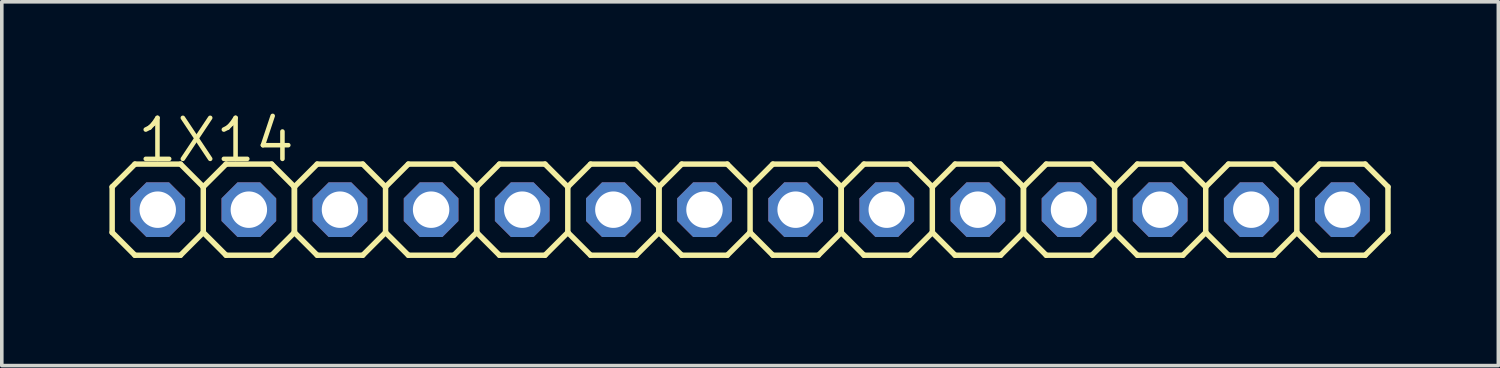
<source format=kicad_pcb>
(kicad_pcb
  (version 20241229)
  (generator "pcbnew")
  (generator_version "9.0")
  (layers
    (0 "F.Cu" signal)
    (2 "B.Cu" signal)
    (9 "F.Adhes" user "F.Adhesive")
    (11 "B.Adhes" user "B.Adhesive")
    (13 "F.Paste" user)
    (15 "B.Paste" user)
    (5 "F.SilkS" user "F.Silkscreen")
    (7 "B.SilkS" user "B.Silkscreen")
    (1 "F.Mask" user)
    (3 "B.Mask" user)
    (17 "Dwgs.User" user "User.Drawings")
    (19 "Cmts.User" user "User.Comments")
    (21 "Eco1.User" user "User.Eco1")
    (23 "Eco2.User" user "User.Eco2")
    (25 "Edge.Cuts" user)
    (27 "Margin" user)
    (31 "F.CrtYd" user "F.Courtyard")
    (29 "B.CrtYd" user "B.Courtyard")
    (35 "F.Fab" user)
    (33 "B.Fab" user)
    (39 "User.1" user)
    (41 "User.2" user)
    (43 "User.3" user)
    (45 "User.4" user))
  (footprint "1X14"
    (layer "F.Cu")
    (at 1.346 2.794)
    (property "Reference" "1X14" (at -0.635 -1.27 0) (layer "F.SilkS") (effects (font (size 1.143 1.143) (thickness 0.127)) (justify left bottom)))
    (attr through_hole)
    (fp_line (start -1.27 -0.635) (end -1.27 0.635) (stroke (width 0.152) (type solid)) (layer "F.SilkS"))
    (fp_line (start -1.27 0.635) (end -0.635 1.27) (stroke (width 0.152) (type solid)) (layer "F.SilkS"))
    (fp_line (start -0.635 -1.27) (end -1.27 -0.635) (stroke (width 0.152) (type solid)) (layer "F.SilkS"))
    (fp_line (start -0.635 -1.27) (end 0.635 -1.27) (stroke (width 0.152) (type solid)) (layer "F.SilkS"))
    (fp_line (start 0.635 -1.27) (end 1.27 -0.635) (stroke (width 0.152) (type solid)) (layer "F.SilkS"))
    (fp_line (start 0.635 1.27) (end -0.635 1.27) (stroke (width 0.152) (type solid)) (layer "F.SilkS"))
    (fp_line (start 1.27 -0.635) (end 1.27 0.635) (stroke (width 0.152) (type solid)) (layer "F.SilkS"))
    (fp_line (start 1.27 -0.635) (end 1.905 -1.27) (stroke (width 0.152) (type solid)) (layer "F.SilkS"))
    (fp_line (start 1.27 0.635) (end 0.635 1.27) (stroke (width 0.152) (type solid)) (layer "F.SilkS"))
    (fp_line (start 1.905 -1.27) (end 3.175 -1.27) (stroke (width 0.152) (type solid)) (layer "F.SilkS"))
    (fp_line (start 1.905 1.27) (end 1.27 0.635) (stroke (width 0.152) (type solid)) (layer "F.SilkS"))
    (fp_line (start 3.175 -1.27) (end 3.81 -0.635) (stroke (width 0.152) (type solid)) (layer "F.SilkS"))
    (fp_line (start 3.175 1.27) (end 1.905 1.27) (stroke (width 0.152) (type solid)) (layer "F.SilkS"))
    (fp_line (start 3.81 -0.635) (end 3.81 0.635) (stroke (width 0.152) (type solid)) (layer "F.SilkS"))
    (fp_line (start 3.81 -0.635) (end 3.81 0.635) (stroke (width 0.152) (type solid)) (layer "F.SilkS"))
    (fp_line (start 3.81 0.635) (end 3.175 1.27) (stroke (width 0.152) (type solid)) (layer "F.SilkS"))
    (fp_line (start 3.81 0.635) (end 4.445 1.27) (stroke (width 0.152) (type solid)) (layer "F.SilkS"))
    (fp_line (start 4.445 -1.27) (end 3.81 -0.635) (stroke (width 0.152) (type solid)) (layer "F.SilkS"))
    (fp_line (start 4.445 -1.27) (end 5.715 -1.27) (stroke (width 0.152) (type solid)) (layer "F.SilkS"))
    (fp_line (start 5.715 -1.27) (end 6.35 -0.635) (stroke (width 0.152) (type solid)) (layer "F.SilkS"))
    (fp_line (start 5.715 1.27) (end 4.445 1.27) (stroke (width 0.152) (type solid)) (layer "F.SilkS"))
    (fp_line (start 6.35 -0.635) (end 6.35 0.635) (stroke (width 0.152) (type solid)) (layer "F.SilkS"))
    (fp_line (start 6.35 -0.635) (end 6.985 -1.27) (stroke (width 0.152) (type solid)) (layer "F.SilkS"))
    (fp_line (start 6.35 0.635) (end 5.715 1.27) (stroke (width 0.152) (type solid)) (layer "F.SilkS"))
    (fp_line (start 6.985 -1.27) (end 8.255 -1.27) (stroke (width 0.152) (type solid)) (layer "F.SilkS"))
    (fp_line (start 6.985 1.27) (end 6.35 0.635) (stroke (width 0.152) (type solid)) (layer "F.SilkS"))
    (fp_line (start 8.255 -1.27) (end 8.89 -0.635) (stroke (width 0.152) (type solid)) (layer "F.SilkS"))
    (fp_line (start 8.255 1.27) (end 6.985 1.27) (stroke (width 0.152) (type solid)) (layer "F.SilkS"))
    (fp_line (start 8.89 -0.635) (end 8.89 0.635) (stroke (width 0.152) (type solid)) (layer "F.SilkS"))
    (fp_line (start 8.89 -0.635) (end 8.89 0.635) (stroke (width 0.152) (type solid)) (layer "F.SilkS"))
    (fp_line (start 8.89 0.635) (end 8.255 1.27) (stroke (width 0.152) (type solid)) (layer "F.SilkS"))
    (fp_line (start 8.89 0.635) (end 9.525 1.27) (stroke (width 0.152) (type solid)) (layer "F.SilkS"))
    (fp_line (start 9.525 -1.27) (end 8.89 -0.635) (stroke (width 0.152) (type solid)) (layer "F.SilkS"))
    (fp_line (start 9.525 -1.27) (end 10.795 -1.27) (stroke (width 0.152) (type solid)) (layer "F.SilkS"))
    (fp_line (start 10.795 -1.27) (end 11.43 -0.635) (stroke (width 0.152) (type solid)) (layer "F.SilkS"))
    (fp_line (start 10.795 1.27) (end 9.525 1.27) (stroke (width 0.152) (type solid)) (layer "F.SilkS"))
    (fp_line (start 11.43 -0.635) (end 11.43 0.635) (stroke (width 0.152) (type solid)) (layer "F.SilkS"))
    (fp_line (start 11.43 -0.635) (end 12.065 -1.27) (stroke (width 0.152) (type solid)) (layer "F.SilkS"))
    (fp_line (start 11.43 0.635) (end 10.795 1.27) (stroke (width 0.152) (type solid)) (layer "F.SilkS"))
    (fp_line (start 12.065 -1.27) (end 13.335 -1.27) (stroke (width 0.152) (type solid)) (layer "F.SilkS"))
    (fp_line (start 12.065 1.27) (end 11.43 0.635) (stroke (width 0.152) (type solid)) (layer "F.SilkS"))
    (fp_line (start 13.335 -1.27) (end 13.97 -0.635) (stroke (width 0.152) (type solid)) (layer "F.SilkS"))
    (fp_line (start 13.335 1.27) (end 12.065 1.27) (stroke (width 0.152) (type solid)) (layer "F.SilkS"))
    (fp_line (start 13.97 -0.635) (end 13.97 0.635) (stroke (width 0.152) (type solid)) (layer "F.SilkS"))
    (fp_line (start 13.97 -0.635) (end 13.97 0.635) (stroke (width 0.152) (type solid)) (layer "F.SilkS"))
    (fp_line (start 13.97 0.635) (end 13.335 1.27) (stroke (width 0.152) (type solid)) (layer "F.SilkS"))
    (fp_line (start 13.97 0.635) (end 14.605 1.27) (stroke (width 0.152) (type solid)) (layer "F.SilkS"))
    (fp_line (start 14.605 -1.27) (end 13.97 -0.635) (stroke (width 0.152) (type solid)) (layer "F.SilkS"))
    (fp_line (start 14.605 -1.27) (end 15.875 -1.27) (stroke (width 0.152) (type solid)) (layer "F.SilkS"))
    (fp_line (start 15.875 -1.27) (end 16.51 -0.635) (stroke (width 0.152) (type solid)) (layer "F.SilkS"))
    (fp_line (start 15.875 1.27) (end 14.605 1.27) (stroke (width 0.152) (type solid)) (layer "F.SilkS"))
    (fp_line (start 16.51 -0.635) (end 16.51 0.635) (stroke (width 0.152) (type solid)) (layer "F.SilkS"))
    (fp_line (start 16.51 -0.635) (end 17.145 -1.27) (stroke (width 0.152) (type solid)) (layer "F.SilkS"))
    (fp_line (start 16.51 0.635) (end 15.875 1.27) (stroke (width 0.152) (type solid)) (layer "F.SilkS"))
    (fp_line (start 17.145 -1.27) (end 18.415 -1.27) (stroke (width 0.152) (type solid)) (layer "F.SilkS"))
    (fp_line (start 17.145 1.27) (end 16.51 0.635) (stroke (width 0.152) (type solid)) (layer "F.SilkS"))
    (fp_line (start 18.415 -1.27) (end 19.05 -0.635) (stroke (width 0.152) (type solid)) (layer "F.SilkS"))
    (fp_line (start 18.415 1.27) (end 17.145 1.27) (stroke (width 0.152) (type solid)) (layer "F.SilkS"))
    (fp_line (start 19.05 -0.635) (end 19.05 0.635) (stroke (width 0.152) (type solid)) (layer "F.SilkS"))
    (fp_line (start 19.05 -0.635) (end 19.05 0.635) (stroke (width 0.152) (type solid)) (layer "F.SilkS"))
    (fp_line (start 19.05 0.635) (end 18.415 1.27) (stroke (width 0.152) (type solid)) (layer "F.SilkS"))
    (fp_line (start 19.05 0.635) (end 19.685 1.27) (stroke (width 0.152) (type solid)) (layer "F.SilkS"))
    (fp_line (start 19.685 -1.27) (end 19.05 -0.635) (stroke (width 0.152) (type solid)) (layer "F.SilkS"))
    (fp_line (start 19.685 -1.27) (end 20.955 -1.27) (stroke (width 0.152) (type solid)) (layer "F.SilkS"))
    (fp_line (start 20.955 -1.27) (end 21.59 -0.635) (stroke (width 0.152) (type solid)) (layer "F.SilkS"))
    (fp_line (start 20.955 1.27) (end 19.685 1.27) (stroke (width 0.152) (type solid)) (layer "F.SilkS"))
    (fp_line (start 21.59 -0.635) (end 21.59 0.635) (stroke (width 0.152) (type solid)) (layer "F.SilkS"))
    (fp_line (start 21.59 -0.635) (end 22.225 -1.27) (stroke (width 0.152) (type solid)) (layer "F.SilkS"))
    (fp_line (start 21.59 0.635) (end 20.955 1.27) (stroke (width 0.152) (type solid)) (layer "F.SilkS"))
    (fp_line (start 22.225 -1.27) (end 23.495 -1.27) (stroke (width 0.152) (type solid)) (layer "F.SilkS"))
    (fp_line (start 22.225 1.27) (end 21.59 0.635) (stroke (width 0.152) (type solid)) (layer "F.SilkS"))
    (fp_line (start 23.495 -1.27) (end 24.13 -0.635) (stroke (width 0.152) (type solid)) (layer "F.SilkS"))
    (fp_line (start 23.495 1.27) (end 22.225 1.27) (stroke (width 0.152) (type solid)) (layer "F.SilkS"))
    (fp_line (start 24.13 -0.635) (end 24.13 0.635) (stroke (width 0.152) (type solid)) (layer "F.SilkS"))
    (fp_line (start 24.13 -0.635) (end 24.13 0.635) (stroke (width 0.152) (type solid)) (layer "F.SilkS"))
    (fp_line (start 24.13 0.635) (end 23.495 1.27) (stroke (width 0.152) (type solid)) (layer "F.SilkS"))
    (fp_line (start 24.13 0.635) (end 24.765 1.27) (stroke (width 0.152) (type solid)) (layer "F.SilkS"))
    (fp_line (start 24.765 -1.27) (end 24.13 -0.635) (stroke (width 0.152) (type solid)) (layer "F.SilkS"))
    (fp_line (start 24.765 -1.27) (end 26.035 -1.27) (stroke (width 0.152) (type solid)) (layer "F.SilkS"))
    (fp_line (start 26.035 -1.27) (end 26.67 -0.635) (stroke (width 0.152) (type solid)) (layer "F.SilkS"))
    (fp_line (start 26.035 1.27) (end 24.765 1.27) (stroke (width 0.152) (type solid)) (layer "F.SilkS"))
    (fp_line (start 26.67 -0.635) (end 26.67 0.635) (stroke (width 0.152) (type solid)) (layer "F.SilkS"))
    (fp_line (start 26.67 -0.635) (end 27.305 -1.27) (stroke (width 0.152) (type solid)) (layer "F.SilkS"))
    (fp_line (start 26.67 0.635) (end 26.035 1.27) (stroke (width 0.152) (type solid)) (layer "F.SilkS"))
    (fp_line (start 27.305 -1.27) (end 28.575 -1.27) (stroke (width 0.152) (type solid)) (layer "F.SilkS"))
    (fp_line (start 27.305 1.27) (end 26.67 0.635) (stroke (width 0.152) (type solid)) (layer "F.SilkS"))
    (fp_line (start 28.575 -1.27) (end 29.21 -0.635) (stroke (width 0.152) (type solid)) (layer "F.SilkS"))
    (fp_line (start 28.575 1.27) (end 27.305 1.27) (stroke (width 0.152) (type solid)) (layer "F.SilkS"))
    (fp_line (start 29.21 -0.635) (end 29.21 0.635) (stroke (width 0.152) (type solid)) (layer "F.SilkS"))
    (fp_line (start 29.21 -0.635) (end 29.845 -1.27) (stroke (width 0.152) (type solid)) (layer "F.SilkS"))
    (fp_line (start 29.21 0.635) (end 28.575 1.27) (stroke (width 0.152) (type solid)) (layer "F.SilkS"))
    (fp_line (start 29.845 -1.27) (end 31.115 -1.27) (stroke (width 0.152) (type solid)) (layer "F.SilkS"))
    (fp_line (start 29.845 1.27) (end 29.21 0.635) (stroke (width 0.152) (type solid)) (layer "F.SilkS"))
    (fp_line (start 31.115 -1.27) (end 31.75 -0.635) (stroke (width 0.152) (type solid)) (layer "F.SilkS"))
    (fp_line (start 31.115 1.27) (end 29.845 1.27) (stroke (width 0.152) (type solid)) (layer "F.SilkS"))
    (fp_line (start 31.75 -0.635) (end 31.75 0.635) (stroke (width 0.152) (type solid)) (layer "F.SilkS"))
    (fp_line (start 31.75 -0.635) (end 32.385 -1.27) (stroke (width 0.152) (type solid)) (layer "F.SilkS"))
    (fp_line (start 31.75 0.635) (end 31.115 1.27) (stroke (width 0.152) (type solid)) (layer "F.SilkS"))
    (fp_line (start 32.385 -1.27) (end 33.655 -1.27) (stroke (width 0.152) (type solid)) (layer "F.SilkS"))
    (fp_line (start 32.385 1.27) (end 31.75 0.635) (stroke (width 0.152) (type solid)) (layer "F.SilkS"))
    (fp_line (start 33.655 -1.27) (end 34.29 -0.635) (stroke (width 0.152) (type solid)) (layer "F.SilkS"))
    (fp_line (start 33.655 1.27) (end 32.385 1.27) (stroke (width 0.152) (type solid)) (layer "F.SilkS"))
    (fp_line (start 34.29 -0.635) (end 34.29 0.635) (stroke (width 0.152) (type solid)) (layer "F.SilkS"))
    (fp_line (start 34.29 0.635) (end 33.655 1.27) (stroke (width 0.152) (type solid)) (layer "F.SilkS"))
    (fp_poly (pts (xy -0.254 0.254) (xy 0.254 0.254) (xy 0.254 -0.254) (xy -0.254 -0.254)) (stroke (width 0.1) (type default)) (fill no) (layer "F.Fab"))
    (fp_poly (pts (xy 2.286 0.254) (xy 2.794 0.254) (xy 2.794 -0.254) (xy 2.286 -0.254)) (stroke (width 0.1) (type default)) (fill no) (layer "F.Fab"))
    (fp_poly (pts (xy 4.826 0.254) (xy 5.334 0.254) (xy 5.334 -0.254) (xy 4.826 -0.254)) (stroke (width 0.1) (type default)) (fill no) (layer "F.Fab"))
    (fp_poly (pts (xy 7.366 0.254) (xy 7.874 0.254) (xy 7.874 -0.254) (xy 7.366 -0.254)) (stroke (width 0.1) (type default)) (fill no) (layer "F.Fab"))
    (fp_poly (pts (xy 9.906 0.254) (xy 10.414 0.254) (xy 10.414 -0.254) (xy 9.906 -0.254)) (stroke (width 0.1) (type default)) (fill no) (layer "F.Fab"))
    (fp_poly (pts (xy 12.446 0.254) (xy 12.954 0.254) (xy 12.954 -0.254) (xy 12.446 -0.254)) (stroke (width 0.1) (type default)) (fill no) (layer "F.Fab"))
    (fp_poly (pts (xy 14.986 0.254) (xy 15.494 0.254) (xy 15.494 -0.254) (xy 14.986 -0.254)) (stroke (width 0.1) (type default)) (fill no) (layer "F.Fab"))
    (fp_poly (pts (xy 17.526 0.254) (xy 18.034 0.254) (xy 18.034 -0.254) (xy 17.526 -0.254)) (stroke (width 0.1) (type default)) (fill no) (layer "F.Fab"))
    (fp_poly (pts (xy 20.066 0.254) (xy 20.574 0.254) (xy 20.574 -0.254) (xy 20.066 -0.254)) (stroke (width 0.1) (type default)) (fill no) (layer "F.Fab"))
    (fp_poly (pts (xy 22.606 0.254) (xy 23.114 0.254) (xy 23.114 -0.254) (xy 22.606 -0.254)) (stroke (width 0.1) (type default)) (fill no) (layer "F.Fab"))
    (fp_poly (pts (xy 25.146 0.254) (xy 25.654 0.254) (xy 25.654 -0.254) (xy 25.146 -0.254)) (stroke (width 0.1) (type default)) (fill no) (layer "F.Fab"))
    (fp_poly (pts (xy 27.686 0.254) (xy 28.194 0.254) (xy 28.194 -0.254) (xy 27.686 -0.254)) (stroke (width 0.1) (type default)) (fill no) (layer "F.Fab"))
    (fp_poly (pts (xy 30.226 0.254) (xy 30.734 0.254) (xy 30.734 -0.254) (xy 30.226 -0.254)) (stroke (width 0.1) (type default)) (fill no) (layer "F.Fab"))
    (fp_poly (pts (xy 32.766 0.254) (xy 33.274 0.254) (xy 33.274 -0.254) (xy 32.766 -0.254)) (stroke (width 0.1) (type default)) (fill no) (layer "F.Fab"))
    (pad "1" thru_hole roundrect (at 0 0 90) (size 1.524 1.524) (drill 1.016) (layers "*.Cu" "*.Mask") (roundrect_rratio 0.25) (chamfer_ratio 0.293) (chamfer top_left top_right bottom_left bottom_right))
    (pad "2" thru_hole roundrect (at 2.54 0 90) (size 1.524 1.524) (drill 1.016) (layers "*.Cu" "*.Mask") (roundrect_rratio 0.25) (chamfer_ratio 0.293) (chamfer top_left top_right bottom_left bottom_right))
    (pad "3" thru_hole roundrect (at 5.08 0 90) (size 1.524 1.524) (drill 1.016) (layers "*.Cu" "*.Mask") (roundrect_rratio 0.25) (chamfer_ratio 0.293) (chamfer top_left top_right bottom_left bottom_right))
    (pad "4" thru_hole roundrect (at 7.62 0 90) (size 1.524 1.524) (drill 1.016) (layers "*.Cu" "*.Mask") (roundrect_rratio 0.25) (chamfer_ratio 0.293) (chamfer top_left top_right bottom_left bottom_right))
    (pad "5" thru_hole roundrect (at 10.16 0 90) (size 1.524 1.524) (drill 1.016) (layers "*.Cu" "*.Mask") (roundrect_rratio 0.25) (chamfer_ratio 0.293) (chamfer top_left top_right bottom_left bottom_right))
    (pad "6" thru_hole roundrect (at 12.7 0 90) (size 1.524 1.524) (drill 1.016) (layers "*.Cu" "*.Mask") (roundrect_rratio 0.25) (chamfer_ratio 0.293) (chamfer top_left top_right bottom_left bottom_right))
    (pad "7" thru_hole roundrect (at 15.24 0 90) (size 1.524 1.524) (drill 1.016) (layers "*.Cu" "*.Mask") (roundrect_rratio 0.25) (chamfer_ratio 0.293) (chamfer top_left top_right bottom_left bottom_right))
    (pad "8" thru_hole roundrect (at 17.78 0 90) (size 1.524 1.524) (drill 1.016) (layers "*.Cu" "*.Mask") (roundrect_rratio 0.25) (chamfer_ratio 0.293) (chamfer top_left top_right bottom_left bottom_right))
    (pad "9" thru_hole roundrect (at 20.32 0 90) (size 1.524 1.524) (drill 1.016) (layers "*.Cu" "*.Mask") (roundrect_rratio 0.25) (chamfer_ratio 0.293) (chamfer top_left top_right bottom_left bottom_right))
    (pad "10" thru_hole roundrect (at 22.86 0 90) (size 1.524 1.524) (drill 1.016) (layers "*.Cu" "*.Mask") (roundrect_rratio 0.25) (chamfer_ratio 0.293) (chamfer top_left top_right bottom_left bottom_right))
    (pad "11" thru_hole roundrect (at 25.4 0 90) (size 1.524 1.524) (drill 1.016) (layers "*.Cu" "*.Mask") (roundrect_rratio 0.25) (chamfer_ratio 0.293) (chamfer top_left top_right bottom_left bottom_right))
    (pad "12" thru_hole roundrect (at 27.94 0 90) (size 1.524 1.524) (drill 1.016) (layers "*.Cu" "*.Mask") (roundrect_rratio 0.25) (chamfer_ratio 0.293) (chamfer top_left top_right bottom_left bottom_right))
    (pad "13" thru_hole roundrect (at 30.48 0 90) (size 1.524 1.524) (drill 1.016) (layers "*.Cu" "*.Mask") (roundrect_rratio 0.25) (chamfer_ratio 0.293) (chamfer top_left top_right bottom_left bottom_right))
    (pad "14" thru_hole roundrect (at 33.02 0 90) (size 1.524 1.524) (drill 1.016) (layers "*.Cu" "*.Mask") (roundrect_rratio 0.25) (chamfer_ratio 0.293) (chamfer top_left top_right bottom_left bottom_right)))
  (gr_rect
    (start -3 -3)
    (end 38.712 7.14)
    (stroke (width 0.1) (type default))
    (fill no)
    (layer "Edge.Cuts")))
</source>
